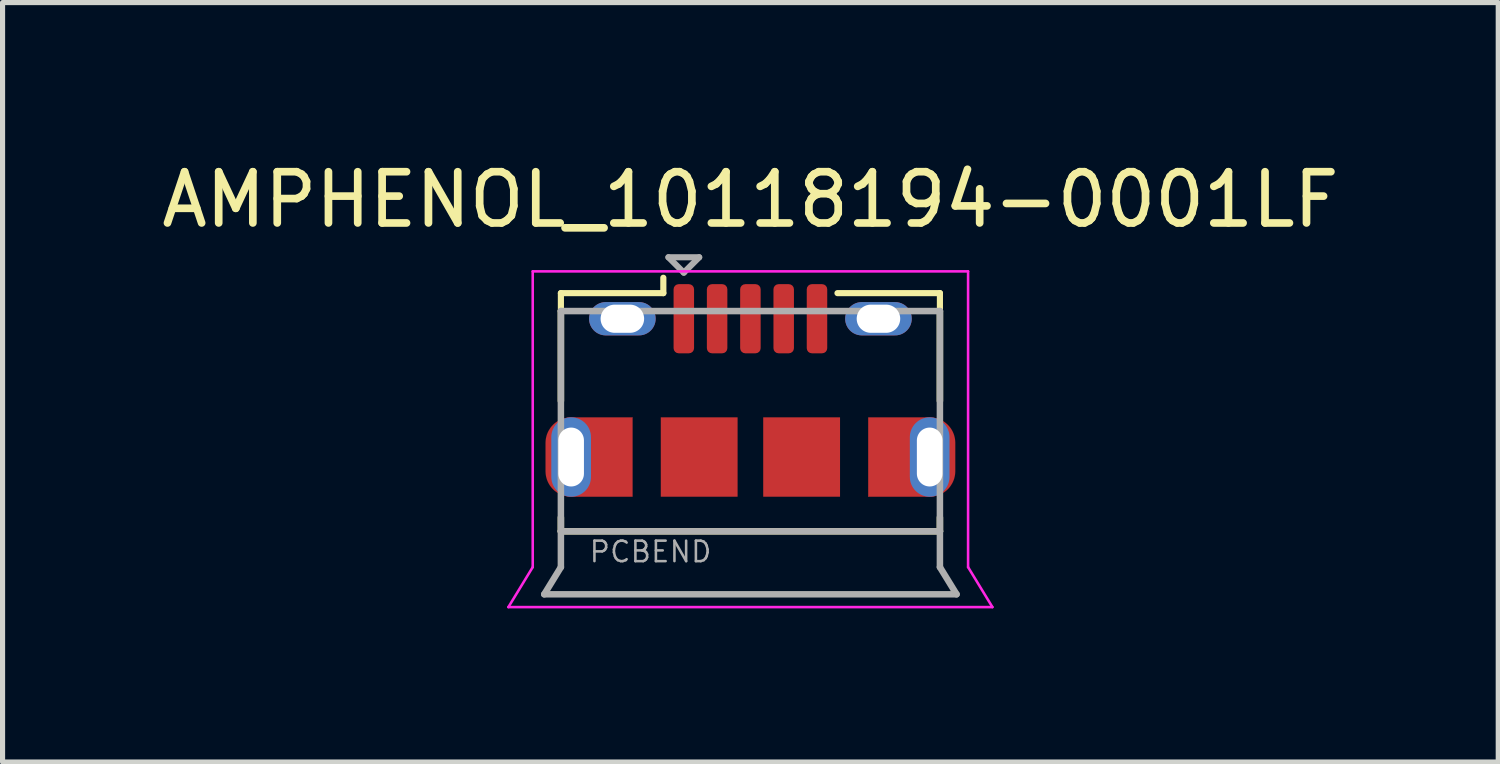
<source format=kicad_pcb>
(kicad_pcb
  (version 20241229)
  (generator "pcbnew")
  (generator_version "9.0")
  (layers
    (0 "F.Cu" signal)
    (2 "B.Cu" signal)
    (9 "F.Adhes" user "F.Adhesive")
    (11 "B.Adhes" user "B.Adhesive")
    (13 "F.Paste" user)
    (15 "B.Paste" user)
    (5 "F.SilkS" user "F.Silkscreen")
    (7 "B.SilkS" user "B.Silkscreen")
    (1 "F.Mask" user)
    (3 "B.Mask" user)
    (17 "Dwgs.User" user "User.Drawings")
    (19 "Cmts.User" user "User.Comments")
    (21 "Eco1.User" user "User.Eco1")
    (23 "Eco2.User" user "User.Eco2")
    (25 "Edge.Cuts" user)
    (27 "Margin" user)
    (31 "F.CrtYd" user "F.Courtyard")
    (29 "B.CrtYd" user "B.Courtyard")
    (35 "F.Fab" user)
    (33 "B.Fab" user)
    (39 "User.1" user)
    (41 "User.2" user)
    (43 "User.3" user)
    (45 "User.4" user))
  (footprint "AMPHENOL_10118194-0001LF"
    (layer "F.Cu")
    (at 11.601 5.873)
    (property "Reference" "AMPHENOL_10118194-0001LF" (at 0 -5.025 0) (layer "F.SilkS") (effects (font (size 1 1) (thickness 0.15))))
    (attr through_hole)
    (fp_poly (pts (xy -2.3 -0.78) (xy -2.3 0.775) (xy -3.498 0.775) (xy -3.498 0.575) (xy -3.486 0.575) (xy -3.473 0.574) (xy -3.46 0.572) (xy -3.447 0.57) (xy -3.434 0.567) (xy -3.422 0.563) (xy -3.41 0.558) (xy -3.398 0.553) (xy -3.386 0.548) (xy -3.374 0.542) (xy -3.363 0.535) (xy -3.353 0.527) (xy -3.342 0.52) (xy -3.332 0.511) (xy -3.323 0.502) (xy -3.314 0.493) (xy -3.305 0.483) (xy -3.298 0.472) (xy -3.29 0.462) (xy -3.283 0.451) (xy -3.277 0.439) (xy -3.272 0.427) (xy -3.267 0.415) (xy -3.262 0.403) (xy -3.258 0.391) (xy -3.255 0.378) (xy -3.253 0.365) (xy -3.251 0.352) (xy -3.25 0.339) (xy -3.25 0.325) (xy -3.25 0.315) (xy -3.25 -0.315) (xy -3.25 -0.325) (xy -3.25 -0.338) (xy -3.251 -0.351) (xy -3.253 -0.364) (xy -3.255 -0.377) (xy -3.259 -0.39) (xy -3.262 -0.402) (xy -3.267 -0.415) (xy -3.272 -0.427) (xy -3.277 -0.438) (xy -3.283 -0.45) (xy -3.29 -0.461) (xy -3.298 -0.472) (xy -3.306 -0.482) (xy -3.314 -0.492) (xy -3.323 -0.502) (xy -3.333 -0.511) (xy -3.343 -0.519) (xy -3.353 -0.527) (xy -3.364 -0.535) (xy -3.375 -0.542) (xy -3.387 -0.548) (xy -3.398 -0.553) (xy -3.41 -0.558) (xy -3.423 -0.563) (xy -3.435 -0.566) (xy -3.448 -0.57) (xy -3.461 -0.572) (xy -3.474 -0.574) (xy -3.487 -0.575) (xy -3.5 -0.575) (xy -3.513 -0.575) (xy -3.526 -0.574) (xy -3.539 -0.572) (xy -3.552 -0.57) (xy -3.565 -0.566) (xy -3.577 -0.563) (xy -3.59 -0.558) (xy -3.602 -0.553) (xy -3.613 -0.548) (xy -3.625 -0.542) (xy -3.636 -0.535) (xy -3.647 -0.527) (xy -3.657 -0.519) (xy -3.667 -0.511) (xy -3.677 -0.502) (xy -3.686 -0.492) (xy -3.694 -0.482) (xy -3.702 -0.472) (xy -3.71 -0.461) (xy -3.717 -0.45) (xy -3.723 -0.438) (xy -3.728 -0.427) (xy -3.733 -0.415) (xy -3.738 -0.402) (xy -3.741 -0.39) (xy -3.745 -0.377) (xy -3.747 -0.364) (xy -3.749 -0.351) (xy -3.75 -0.338) (xy -3.75 -0.325) (xy -3.75 0.325) (xy -3.75 0.339) (xy -3.749 0.352) (xy -3.747 0.365) (xy -3.745 0.378) (xy -3.742 0.391) (xy -3.738 0.403) (xy -3.733 0.415) (xy -3.728 0.427) (xy -3.723 0.439) (xy -3.717 0.451) (xy -3.71 0.462) (xy -3.702 0.472) (xy -3.695 0.483) (xy -3.686 0.493) (xy -3.677 0.502) (xy -3.668 0.511) (xy -3.658 0.52) (xy -3.647 0.527) (xy -3.637 0.535) (xy -3.626 0.542) (xy -3.614 0.548) (xy -3.602 0.553) (xy -3.59 0.558) (xy -3.578 0.563) (xy -3.566 0.567) (xy -3.553 0.57) (xy -3.54 0.572) (xy -3.527 0.574) (xy -3.514 0.575) (xy -3.502 0.575) (xy -3.502 0.775) (xy -3.527 0.774) (xy -3.553 0.772) (xy -3.579 0.769) (xy -3.605 0.764) (xy -3.63 0.758) (xy -3.655 0.751) (xy -3.68 0.742) (xy -3.704 0.732) (xy -3.728 0.721) (xy -3.751 0.708) (xy -3.773 0.695) (xy -3.794 0.68) (xy -3.815 0.664) (xy -3.835 0.647) (xy -3.854 0.629) (xy -3.872 0.61) (xy -3.889 0.59) (xy -3.905 0.569) (xy -3.92 0.548) (xy -3.933 0.526) (xy -3.946 0.503) (xy -3.957 0.479) (xy -3.967 0.455) (xy -3.976 0.43) (xy -3.983 0.405) (xy -3.989 0.38) (xy -3.994 0.354) (xy -3.997 0.328) (xy -3.999 0.302) (xy -4 0.275) (xy -4 -0.275) (xy -3.999 -0.301) (xy -3.997 -0.327) (xy -3.994 -0.353) (xy -3.989 -0.379) (xy -3.983 -0.404) (xy -3.976 -0.43) (xy -3.967 -0.454) (xy -3.957 -0.478) (xy -3.946 -0.502) (xy -3.933 -0.525) (xy -3.919 -0.547) (xy -3.905 -0.569) (xy -3.889 -0.59) (xy -3.872 -0.61) (xy -3.854 -0.629) (xy -3.835 -0.647) (xy -3.815 -0.664) (xy -3.794 -0.68) (xy -3.772 -0.694) (xy -3.75 -0.708) (xy -3.727 -0.721) (xy -3.703 -0.732) (xy -3.679 -0.742) (xy -3.655 -0.751) (xy -3.629 -0.758) (xy -3.604 -0.764) (xy -3.578 -0.769) (xy -3.552 -0.772) (xy -3.526 -0.774) (xy -3.5 -0.775) (xy -2.305 -0.775) (xy -2.305 -0.78) (xy -2.3 -0.78)) (stroke (width 0.001) (type solid)) (fill yes) (layer "F.Cu"))
    (fp_poly (pts (xy 2.3 0.78) (xy 2.3 -0.775) (xy 3.498 -0.775) (xy 3.498 -0.575) (xy 3.486 -0.575) (xy 3.473 -0.574) (xy 3.46 -0.572) (xy 3.447 -0.57) (xy 3.434 -0.567) (xy 3.422 -0.563) (xy 3.41 -0.558) (xy 3.398 -0.553) (xy 3.386 -0.548) (xy 3.374 -0.542) (xy 3.363 -0.535) (xy 3.353 -0.527) (xy 3.342 -0.52) (xy 3.332 -0.511) (xy 3.323 -0.502) (xy 3.314 -0.493) (xy 3.305 -0.483) (xy 3.298 -0.472) (xy 3.29 -0.462) (xy 3.283 -0.451) (xy 3.277 -0.439) (xy 3.272 -0.427) (xy 3.267 -0.415) (xy 3.262 -0.403) (xy 3.258 -0.391) (xy 3.255 -0.378) (xy 3.253 -0.365) (xy 3.251 -0.352) (xy 3.25 -0.339) (xy 3.25 -0.325) (xy 3.25 -0.315) (xy 3.25 0.315) (xy 3.25 0.325) (xy 3.25 0.338) (xy 3.251 0.351) (xy 3.253 0.364) (xy 3.255 0.377) (xy 3.259 0.39) (xy 3.262 0.402) (xy 3.267 0.415) (xy 3.272 0.427) (xy 3.277 0.438) (xy 3.283 0.45) (xy 3.29 0.461) (xy 3.298 0.472) (xy 3.306 0.482) (xy 3.314 0.492) (xy 3.323 0.502) (xy 3.333 0.511) (xy 3.343 0.519) (xy 3.353 0.527) (xy 3.364 0.535) (xy 3.375 0.542) (xy 3.387 0.548) (xy 3.398 0.553) (xy 3.41 0.558) (xy 3.423 0.563) (xy 3.435 0.566) (xy 3.448 0.57) (xy 3.461 0.572) (xy 3.474 0.574) (xy 3.487 0.575) (xy 3.5 0.575) (xy 3.513 0.575) (xy 3.526 0.574) (xy 3.539 0.572) (xy 3.552 0.57) (xy 3.565 0.566) (xy 3.577 0.563) (xy 3.59 0.558) (xy 3.602 0.553) (xy 3.613 0.548) (xy 3.625 0.542) (xy 3.636 0.535) (xy 3.647 0.527) (xy 3.657 0.519) (xy 3.667 0.511) (xy 3.677 0.502) (xy 3.686 0.492) (xy 3.694 0.482) (xy 3.702 0.472) (xy 3.71 0.461) (xy 3.717 0.45) (xy 3.723 0.438) (xy 3.728 0.427) (xy 3.733 0.415) (xy 3.738 0.402) (xy 3.741 0.39) (xy 3.745 0.377) (xy 3.747 0.364) (xy 3.749 0.351) (xy 3.75 0.338) (xy 3.75 0.325) (xy 3.75 -0.325) (xy 3.75 -0.339) (xy 3.749 -0.352) (xy 3.747 -0.365) (xy 3.745 -0.378) (xy 3.742 -0.391) (xy 3.738 -0.403) (xy 3.733 -0.415) (xy 3.728 -0.427) (xy 3.723 -0.439) (xy 3.717 -0.451) (xy 3.71 -0.462) (xy 3.702 -0.472) (xy 3.695 -0.483) (xy 3.686 -0.493) (xy 3.677 -0.502) (xy 3.668 -0.511) (xy 3.658 -0.52) (xy 3.647 -0.527) (xy 3.637 -0.535) (xy 3.626 -0.542) (xy 3.614 -0.548) (xy 3.602 -0.553) (xy 3.59 -0.558) (xy 3.578 -0.563) (xy 3.566 -0.567) (xy 3.553 -0.57) (xy 3.54 -0.572) (xy 3.527 -0.574) (xy 3.514 -0.575) (xy 3.502 -0.575) (xy 3.502 -0.775) (xy 3.527 -0.774) (xy 3.553 -0.772) (xy 3.579 -0.769) (xy 3.605 -0.764) (xy 3.63 -0.758) (xy 3.655 -0.751) (xy 3.68 -0.742) (xy 3.704 -0.732) (xy 3.728 -0.721) (xy 3.751 -0.708) (xy 3.773 -0.695) (xy 3.794 -0.68) (xy 3.815 -0.664) (xy 3.835 -0.647) (xy 3.854 -0.629) (xy 3.872 -0.61) (xy 3.889 -0.59) (xy 3.905 -0.569) (xy 3.92 -0.548) (xy 3.933 -0.526) (xy 3.946 -0.503) (xy 3.957 -0.479) (xy 3.967 -0.455) (xy 3.976 -0.43) (xy 3.983 -0.405) (xy 3.989 -0.38) (xy 3.994 -0.354) (xy 3.997 -0.328) (xy 3.999 -0.302) (xy 4 -0.275) (xy 4 0.275) (xy 3.999 0.301) (xy 3.997 0.327) (xy 3.994 0.353) (xy 3.989 0.379) (xy 3.983 0.404) (xy 3.976 0.43) (xy 3.967 0.454) (xy 3.957 0.478) (xy 3.946 0.502) (xy 3.933 0.525) (xy 3.919 0.547) (xy 3.905 0.569) (xy 3.889 0.59) (xy 3.872 0.61) (xy 3.854 0.629) (xy 3.835 0.647) (xy 3.815 0.664) (xy 3.794 0.68) (xy 3.772 0.694) (xy 3.75 0.708) (xy 3.727 0.721) (xy 3.703 0.732) (xy 3.679 0.742) (xy 3.655 0.751) (xy 3.629 0.758) (xy 3.604 0.764) (xy 3.578 0.769) (xy 3.552 0.772) (xy 3.526 0.774) (xy 3.5 0.775) (xy 2.305 0.775) (xy 2.305 0.78) (xy 2.3 0.78)) (stroke (width 0.001) (type solid)) (fill yes) (layer "F.Cu"))
    (fp_poly (pts (xy -3.6 -0.875) (xy -2.2 -0.875) (xy -2.2 0.875) (xy -3.6 0.875) (xy -3.626 0.874) (xy -3.652 0.872) (xy -3.678 0.869) (xy -3.704 0.864) (xy -3.729 0.858) (xy -3.755 0.851) (xy -3.779 0.842) (xy -3.803 0.832) (xy -3.827 0.821) (xy -3.85 0.808) (xy -3.872 0.794) (xy -3.894 0.78) (xy -3.915 0.764) (xy -3.935 0.747) (xy -3.954 0.729) (xy -3.972 0.71) (xy -3.989 0.69) (xy -4.005 0.669) (xy -4.019 0.647) (xy -4.033 0.625) (xy -4.046 0.602) (xy -4.057 0.578) (xy -4.067 0.554) (xy -4.076 0.53) (xy -4.083 0.504) (xy -4.089 0.479) (xy -4.094 0.453) (xy -4.097 0.427) (xy -4.099 0.401) (xy -4.1 0.375) (xy -4.1 -0.375) (xy -4.099 -0.401) (xy -4.097 -0.427) (xy -4.094 -0.453) (xy -4.089 -0.479) (xy -4.083 -0.504) (xy -4.076 -0.53) (xy -4.067 -0.554) (xy -4.057 -0.578) (xy -4.046 -0.602) (xy -4.033 -0.625) (xy -4.019 -0.647) (xy -4.005 -0.669) (xy -3.989 -0.69) (xy -3.972 -0.71) (xy -3.954 -0.729) (xy -3.935 -0.747) (xy -3.915 -0.764) (xy -3.894 -0.78) (xy -3.872 -0.794) (xy -3.85 -0.808) (xy -3.827 -0.821) (xy -3.803 -0.832) (xy -3.779 -0.842) (xy -3.755 -0.851) (xy -3.729 -0.858) (xy -3.704 -0.864) (xy -3.678 -0.869) (xy -3.652 -0.872) (xy -3.626 -0.874) (xy -3.6 -0.875)) (stroke (width 0.0001) (type solid)) (fill yes) (layer "F.Mask"))
    (fp_poly (pts (xy 3.6 0.875) (xy 2.2 0.875) (xy 2.2 -0.875) (xy 3.6 -0.875) (xy 3.626 -0.874) (xy 3.652 -0.872) (xy 3.678 -0.869) (xy 3.704 -0.864) (xy 3.729 -0.858) (xy 3.755 -0.851) (xy 3.779 -0.842) (xy 3.803 -0.832) (xy 3.827 -0.821) (xy 3.85 -0.808) (xy 3.872 -0.794) (xy 3.894 -0.78) (xy 3.915 -0.764) (xy 3.935 -0.747) (xy 3.954 -0.729) (xy 3.972 -0.71) (xy 3.989 -0.69) (xy 4.005 -0.669) (xy 4.019 -0.647) (xy 4.033 -0.625) (xy 4.046 -0.602) (xy 4.057 -0.578) (xy 4.067 -0.554) (xy 4.076 -0.53) (xy 4.083 -0.504) (xy 4.089 -0.479) (xy 4.094 -0.453) (xy 4.097 -0.427) (xy 4.099 -0.401) (xy 4.1 -0.375) (xy 4.1 0.375) (xy 4.099 0.401) (xy 4.097 0.427) (xy 4.094 0.453) (xy 4.089 0.479) (xy 4.083 0.504) (xy 4.076 0.53) (xy 4.067 0.554) (xy 4.057 0.578) (xy 4.046 0.602) (xy 4.033 0.625) (xy 4.019 0.647) (xy 4.005 0.669) (xy 3.989 0.69) (xy 3.972 0.71) (xy 3.954 0.729) (xy 3.935 0.747) (xy 3.915 0.764) (xy 3.894 0.78) (xy 3.872 0.794) (xy 3.85 0.808) (xy 3.827 0.821) (xy 3.803 0.832) (xy 3.779 0.842) (xy 3.755 0.851) (xy 3.729 0.858) (xy 3.704 0.864) (xy 3.678 0.869) (xy 3.652 0.872) (xy 3.626 0.874) (xy 3.6 0.875)) (stroke (width 0.0001) (type solid)) (fill yes) (layer "F.Mask"))
    (fp_line (start -3.7 -3.2) (end -1.7 -3.2) (stroke (width 0.12) (type solid)) (layer "F.SilkS"))
    (fp_line (start -3.7 -2.85) (end -3.7 -3.2) (stroke (width 0.12) (type solid)) (layer "F.SilkS"))
    (fp_line (start -3.7 -2.85) (end -3.7 -1.095) (stroke (width 0.127) (type solid)) (layer "F.SilkS"))
    (fp_line (start -3.7 1.45) (end -3.7 1.18) (stroke (width 0.127) (type solid)) (layer "F.SilkS"))
    (fp_line (start -3.7 1.45) (end 3.7 1.45) (stroke (width 0.127) (type solid)) (layer "F.SilkS"))
    (fp_line (start -1.7 -3.2) (end -1.7 -3.5) (stroke (width 0.12) (type solid)) (layer "F.SilkS"))
    (fp_line (start 3.7 -3.2) (end 1.7 -3.2) (stroke (width 0.12) (type solid)) (layer "F.SilkS"))
    (fp_line (start 3.7 -2.85) (end 3.7 -3.2) (stroke (width 0.12) (type solid)) (layer "F.SilkS"))
    (fp_line (start 3.7 -2.85) (end 3.7 -1.095) (stroke (width 0.127) (type solid)) (layer "F.SilkS"))
    (fp_line (start 3.7 1.18) (end 3.7 1.45) (stroke (width 0.127) (type solid)) (layer "F.SilkS"))
    (fp_line (start -3.5 -0.77) (end -3.5 -0.6) (stroke (width 0.0001) (type solid)) (layer "F.Paste"))
    (fp_line (start 3.5 0.77) (end 3.5 0.6) (stroke (width 0.0001) (type solid)) (layer "F.Paste"))
    (fp_poly (pts (xy -3.5 -0.775) (xy -3.5 -0.575) (xy -3.487 -0.575) (xy -3.474 -0.574) (xy -3.461 -0.572) (xy -3.448 -0.57) (xy -3.435 -0.566) (xy -3.423 -0.563) (xy -3.41 -0.558) (xy -3.398 -0.553) (xy -3.387 -0.548) (xy -3.375 -0.542) (xy -3.364 -0.535) (xy -3.353 -0.527) (xy -3.343 -0.519) (xy -3.333 -0.511) (xy -3.323 -0.502) (xy -3.314 -0.492) (xy -3.306 -0.482) (xy -3.298 -0.472) (xy -3.29 -0.461) (xy -3.283 -0.45) (xy -3.277 -0.438) (xy -3.272 -0.427) (xy -3.267 -0.415) (xy -3.262 -0.402) (xy -3.259 -0.39) (xy -3.255 -0.377) (xy -3.253 -0.364) (xy -3.251 -0.351) (xy -3.25 -0.338) (xy -3.25 -0.325) (xy -3.25 0.325) (xy -3.25 0.338) (xy -3.251 0.351) (xy -3.253 0.364) (xy -3.255 0.377) (xy -3.259 0.39) (xy -3.262 0.402) (xy -3.267 0.415) (xy -3.272 0.427) (xy -3.277 0.438) (xy -3.283 0.45) (xy -3.29 0.461) (xy -3.298 0.472) (xy -3.306 0.482) (xy -3.314 0.492) (xy -3.323 0.502) (xy -3.333 0.511) (xy -3.343 0.519) (xy -3.353 0.527) (xy -3.364 0.535) (xy -3.375 0.542) (xy -3.387 0.548) (xy -3.398 0.553) (xy -3.41 0.558) (xy -3.423 0.563) (xy -3.435 0.566) (xy -3.448 0.57) (xy -3.461 0.572) (xy -3.474 0.574) (xy -3.487 0.575) (xy -3.5 0.575) (xy -3.5 0.775) (xy -2.3 0.775) (xy -2.3 -0.775) (xy -3.5 -0.775)) (stroke (width 0.0001) (type solid)) (fill yes) (layer "F.Paste"))
    (fp_poly (pts (xy 3.5 0.775) (xy 3.5 0.575) (xy 3.487 0.575) (xy 3.474 0.574) (xy 3.461 0.572) (xy 3.448 0.57) (xy 3.435 0.566) (xy 3.423 0.563) (xy 3.41 0.558) (xy 3.398 0.553) (xy 3.387 0.548) (xy 3.375 0.542) (xy 3.364 0.535) (xy 3.353 0.527) (xy 3.343 0.519) (xy 3.333 0.511) (xy 3.323 0.502) (xy 3.314 0.492) (xy 3.306 0.482) (xy 3.298 0.472) (xy 3.29 0.461) (xy 3.283 0.45) (xy 3.277 0.438) (xy 3.272 0.427) (xy 3.267 0.415) (xy 3.262 0.402) (xy 3.259 0.39) (xy 3.255 0.377) (xy 3.253 0.364) (xy 3.251 0.351) (xy 3.25 0.338) (xy 3.25 0.325) (xy 3.25 -0.325) (xy 3.25 -0.338) (xy 3.251 -0.351) (xy 3.253 -0.364) (xy 3.255 -0.377) (xy 3.259 -0.39) (xy 3.262 -0.402) (xy 3.267 -0.415) (xy 3.272 -0.427) (xy 3.277 -0.438) (xy 3.283 -0.45) (xy 3.29 -0.461) (xy 3.298 -0.472) (xy 3.306 -0.482) (xy 3.314 -0.492) (xy 3.323 -0.502) (xy 3.333 -0.511) (xy 3.343 -0.519) (xy 3.353 -0.527) (xy 3.364 -0.535) (xy 3.375 -0.542) (xy 3.387 -0.548) (xy 3.398 -0.553) (xy 3.41 -0.558) (xy 3.423 -0.563) (xy 3.435 -0.566) (xy 3.448 -0.57) (xy 3.461 -0.572) (xy 3.474 -0.574) (xy 3.487 -0.575) (xy 3.5 -0.575) (xy 3.5 -0.775) (xy 2.3 -0.775) (xy 2.3 0.775) (xy 3.5 0.775)) (stroke (width 0.0001) (type solid)) (fill yes) (layer "F.Paste"))
    (fp_poly (pts (xy -3.5 -0.775) (xy -3.5 -0.575) (xy -3.513 -0.575) (xy -3.526 -0.574) (xy -3.539 -0.572) (xy -3.552 -0.57) (xy -3.565 -0.566) (xy -3.577 -0.563) (xy -3.59 -0.558) (xy -3.602 -0.553) (xy -3.613 -0.548) (xy -3.625 -0.542) (xy -3.636 -0.535) (xy -3.647 -0.527) (xy -3.657 -0.519) (xy -3.667 -0.511) (xy -3.677 -0.502) (xy -3.686 -0.492) (xy -3.694 -0.482) (xy -3.702 -0.472) (xy -3.71 -0.461) (xy -3.717 -0.45) (xy -3.723 -0.438) (xy -3.728 -0.427) (xy -3.733 -0.415) (xy -3.738 -0.402) (xy -3.741 -0.39) (xy -3.745 -0.377) (xy -3.747 -0.364) (xy -3.749 -0.351) (xy -3.75 -0.338) (xy -3.75 -0.325) (xy -3.75 0.325) (xy -3.75 0.338) (xy -3.749 0.351) (xy -3.747 0.364) (xy -3.745 0.377) (xy -3.741 0.39) (xy -3.738 0.402) (xy -3.733 0.415) (xy -3.728 0.427) (xy -3.723 0.438) (xy -3.717 0.45) (xy -3.71 0.461) (xy -3.702 0.472) (xy -3.694 0.482) (xy -3.686 0.492) (xy -3.677 0.502) (xy -3.667 0.511) (xy -3.657 0.519) (xy -3.647 0.527) (xy -3.636 0.535) (xy -3.625 0.542) (xy -3.613 0.548) (xy -3.602 0.553) (xy -3.59 0.558) (xy -3.577 0.563) (xy -3.565 0.566) (xy -3.552 0.57) (xy -3.539 0.572) (xy -3.526 0.574) (xy -3.513 0.575) (xy -3.5 0.575) (xy -3.5 0.775) (xy -3.526 0.774) (xy -3.552 0.772) (xy -3.578 0.769) (xy -3.604 0.764) (xy -3.629 0.758) (xy -3.655 0.751) (xy -3.679 0.742) (xy -3.703 0.732) (xy -3.727 0.721) (xy -3.75 0.708) (xy -3.772 0.694) (xy -3.794 0.68) (xy -3.815 0.664) (xy -3.835 0.647) (xy -3.854 0.629) (xy -3.872 0.61) (xy -3.889 0.59) (xy -3.905 0.569) (xy -3.919 0.547) (xy -3.933 0.525) (xy -3.946 0.502) (xy -3.957 0.478) (xy -3.967 0.454) (xy -3.976 0.43) (xy -3.983 0.404) (xy -3.989 0.379) (xy -3.994 0.353) (xy -3.997 0.327) (xy -3.999 0.301) (xy -4 0.275) (xy -4 -0.275) (xy -3.999 -0.301) (xy -3.997 -0.327) (xy -3.994 -0.353) (xy -3.989 -0.379) (xy -3.983 -0.404) (xy -3.976 -0.43) (xy -3.967 -0.454) (xy -3.957 -0.478) (xy -3.946 -0.502) (xy -3.933 -0.525) (xy -3.919 -0.547) (xy -3.905 -0.569) (xy -3.889 -0.59) (xy -3.872 -0.61) (xy -3.854 -0.629) (xy -3.835 -0.647) (xy -3.815 -0.664) (xy -3.794 -0.68) (xy -3.772 -0.694) (xy -3.75 -0.708) (xy -3.727 -0.721) (xy -3.703 -0.732) (xy -3.679 -0.742) (xy -3.655 -0.751) (xy -3.629 -0.758) (xy -3.604 -0.764) (xy -3.578 -0.769) (xy -3.552 -0.772) (xy -3.526 -0.774) (xy -3.5 -0.775)) (stroke (width 0.0001) (type solid)) (fill yes) (layer "F.Paste"))
    (fp_poly (pts (xy 3.5 0.775) (xy 3.5 0.575) (xy 3.513 0.575) (xy 3.526 0.574) (xy 3.539 0.572) (xy 3.552 0.57) (xy 3.565 0.566) (xy 3.577 0.563) (xy 3.59 0.558) (xy 3.602 0.553) (xy 3.613 0.548) (xy 3.625 0.542) (xy 3.636 0.535) (xy 3.647 0.527) (xy 3.657 0.519) (xy 3.667 0.511) (xy 3.677 0.502) (xy 3.686 0.492) (xy 3.694 0.482) (xy 3.702 0.472) (xy 3.71 0.461) (xy 3.717 0.45) (xy 3.723 0.438) (xy 3.728 0.427) (xy 3.733 0.415) (xy 3.738 0.402) (xy 3.741 0.39) (xy 3.745 0.377) (xy 3.747 0.364) (xy 3.749 0.351) (xy 3.75 0.338) (xy 3.75 0.325) (xy 3.75 -0.325) (xy 3.75 -0.338) (xy 3.749 -0.351) (xy 3.747 -0.364) (xy 3.745 -0.377) (xy 3.741 -0.39) (xy 3.738 -0.402) (xy 3.733 -0.415) (xy 3.728 -0.427) (xy 3.723 -0.438) (xy 3.717 -0.45) (xy 3.71 -0.461) (xy 3.702 -0.472) (xy 3.694 -0.482) (xy 3.686 -0.492) (xy 3.677 -0.502) (xy 3.667 -0.511) (xy 3.657 -0.519) (xy 3.647 -0.527) (xy 3.636 -0.535) (xy 3.625 -0.542) (xy 3.613 -0.548) (xy 3.602 -0.553) (xy 3.59 -0.558) (xy 3.577 -0.563) (xy 3.565 -0.566) (xy 3.552 -0.57) (xy 3.539 -0.572) (xy 3.526 -0.574) (xy 3.513 -0.575) (xy 3.5 -0.575) (xy 3.5 -0.775) (xy 3.526 -0.774) (xy 3.552 -0.772) (xy 3.578 -0.769) (xy 3.604 -0.764) (xy 3.629 -0.758) (xy 3.655 -0.751) (xy 3.679 -0.742) (xy 3.703 -0.732) (xy 3.727 -0.721) (xy 3.75 -0.708) (xy 3.772 -0.694) (xy 3.794 -0.68) (xy 3.815 -0.664) (xy 3.835 -0.647) (xy 3.854 -0.629) (xy 3.872 -0.61) (xy 3.889 -0.59) (xy 3.905 -0.569) (xy 3.919 -0.547) (xy 3.933 -0.525) (xy 3.946 -0.502) (xy 3.957 -0.478) (xy 3.967 -0.454) (xy 3.976 -0.43) (xy 3.983 -0.404) (xy 3.989 -0.379) (xy 3.994 -0.353) (xy 3.997 -0.327) (xy 3.999 -0.301) (xy 4 -0.275) (xy 4 0.275) (xy 3.999 0.301) (xy 3.997 0.327) (xy 3.994 0.353) (xy 3.989 0.379) (xy 3.983 0.404) (xy 3.976 0.43) (xy 3.967 0.454) (xy 3.957 0.478) (xy 3.946 0.502) (xy 3.933 0.525) (xy 3.919 0.547) (xy 3.905 0.569) (xy 3.889 0.59) (xy 3.872 0.61) (xy 3.854 0.629) (xy 3.835 0.647) (xy 3.815 0.664) (xy 3.794 0.68) (xy 3.772 0.694) (xy 3.75 0.708) (xy 3.727 0.721) (xy 3.703 0.732) (xy 3.679 0.742) (xy 3.655 0.751) (xy 3.629 0.758) (xy 3.604 0.764) (xy 3.578 0.769) (xy 3.552 0.772) (xy 3.526 0.774) (xy 3.5 0.775)) (stroke (width 0.0001) (type solid)) (fill yes) (layer "F.Paste"))
    (fp_line (start -4.725 2.93) (end -4.25 2.15) (stroke (width 0.05) (type solid)) (layer "F.CrtYd"))
    (fp_line (start -4.25 -3.625) (end 4.25 -3.625) (stroke (width 0.05) (type solid)) (layer "F.CrtYd"))
    (fp_line (start -4.25 2.15) (end -4.25 -3.625) (stroke (width 0.05) (type solid)) (layer "F.CrtYd"))
    (fp_line (start 4.25 2.15) (end 4.25 -3.625) (stroke (width 0.05) (type solid)) (layer "F.CrtYd"))
    (fp_line (start 4.725 2.93) (end -4.725 2.93) (stroke (width 0.05) (type solid)) (layer "F.CrtYd"))
    (fp_line (start 4.725 2.93) (end 4.25 2.15) (stroke (width 0.05) (type solid)) (layer "F.CrtYd"))
    (fp_line (start -4.025 2.68) (end 4.025 2.68) (stroke (width 0.127) (type solid)) (layer "F.Fab"))
    (fp_line (start -3.7 -2.85) (end -3.7 1.45) (stroke (width 0.127) (type solid)) (layer "F.Fab"))
    (fp_line (start -3.7 -2.85) (end 3.7 -2.85) (stroke (width 0.127) (type solid)) (layer "F.Fab"))
    (fp_line (start -3.7 1.45) (end -3.7 2.15) (stroke (width 0.127) (type solid)) (layer "F.Fab"))
    (fp_line (start -3.7 1.45) (end 3.7 1.45) (stroke (width 0.127) (type solid)) (layer "F.Fab"))
    (fp_line (start -3.7 2.15) (end -4.025 2.68) (stroke (width 0.127) (type solid)) (layer "F.Fab"))
    (fp_line (start -1.6 -3.9) (end -1.3 -3.6) (stroke (width 0.12) (type solid)) (layer "F.Fab"))
    (fp_line (start -1.3 -3.6) (end -1 -3.9) (stroke (width 0.12) (type solid)) (layer "F.Fab"))
    (fp_line (start -1 -3.9) (end -1.6 -3.9) (stroke (width 0.12) (type solid)) (layer "F.Fab"))
    (fp_line (start 3.7 1.45) (end 3.7 -2.85) (stroke (width 0.127) (type solid)) (layer "F.Fab"))
    (fp_line (start 3.7 2.15) (end 3.7 1.45) (stroke (width 0.127) (type solid)) (layer "F.Fab"))
    (fp_line (start 4.025 2.68) (end 3.7 2.15) (stroke (width 0.127) (type solid)) (layer "F.Fab"))
    (fp_text user "PCBEND" (at -1.95 1.85 0) (layer "F.Fab") (effects (font (size 0.4 0.4) (thickness 0.05))))
    (pad "1" smd roundrect (at -1.3 -2.7) (size 0.4 1.35) (layers "F.Cu" "F.Mask" "F.Paste") (roundrect_rratio 0.25))
    (pad "2" smd roundrect (at -0.65 -2.7) (size 0.4 1.35) (layers "F.Cu" "F.Mask" "F.Paste") (roundrect_rratio 0.25))
    (pad "3" smd roundrect (at 0 -2.7) (size 0.4 1.35) (layers "F.Cu" "F.Mask" "F.Paste") (roundrect_rratio 0.25))
    (pad "4" smd roundrect (at 0.65 -2.7) (size 0.4 1.35) (layers "F.Cu" "F.Mask" "F.Paste") (roundrect_rratio 0.25))
    (pad "5" smd roundrect (at 1.3 -2.7) (size 0.4 1.35) (layers "F.Cu" "F.Mask" "F.Paste") (roundrect_rratio 0.25))
    (pad "6" thru_hole oval (at -3.5 0) (size 0.775 1.55) (drill oval 0.5 1.15) (layers "*.Cu" "*.Mask"))
    (pad "6" thru_hole oval (at -2.5 -2.7) (size 1.3 0.65) (drill oval 0.85 0.55) (layers "*.Cu" "*.Mask"))
    (pad "6" thru_hole oval (at 2.5 -2.7) (size 1.3 0.65) (drill oval 0.85 0.55) (layers "*.Cu" "*.Mask"))
    (pad "6" thru_hole oval (at 3.5 0) (size 0.775 1.55) (drill oval 0.5 1.15) (layers "*.Cu" "*.Mask"))
    (pad "S4" smd rect (at -1 0) (size 1.5 1.55) (layers "F.Cu" "F.Mask" "F.Paste"))
    (pad "S5" smd rect (at 1 0) (size 1.5 1.55) (layers "F.Cu" "F.Mask" "F.Paste")))
  (gr_rect
    (start -3 -3)
    (end 26.202 11.828)
    (stroke (width 0.1) (type default))
    (fill no)
    (layer "Edge.Cuts")))
</source>
